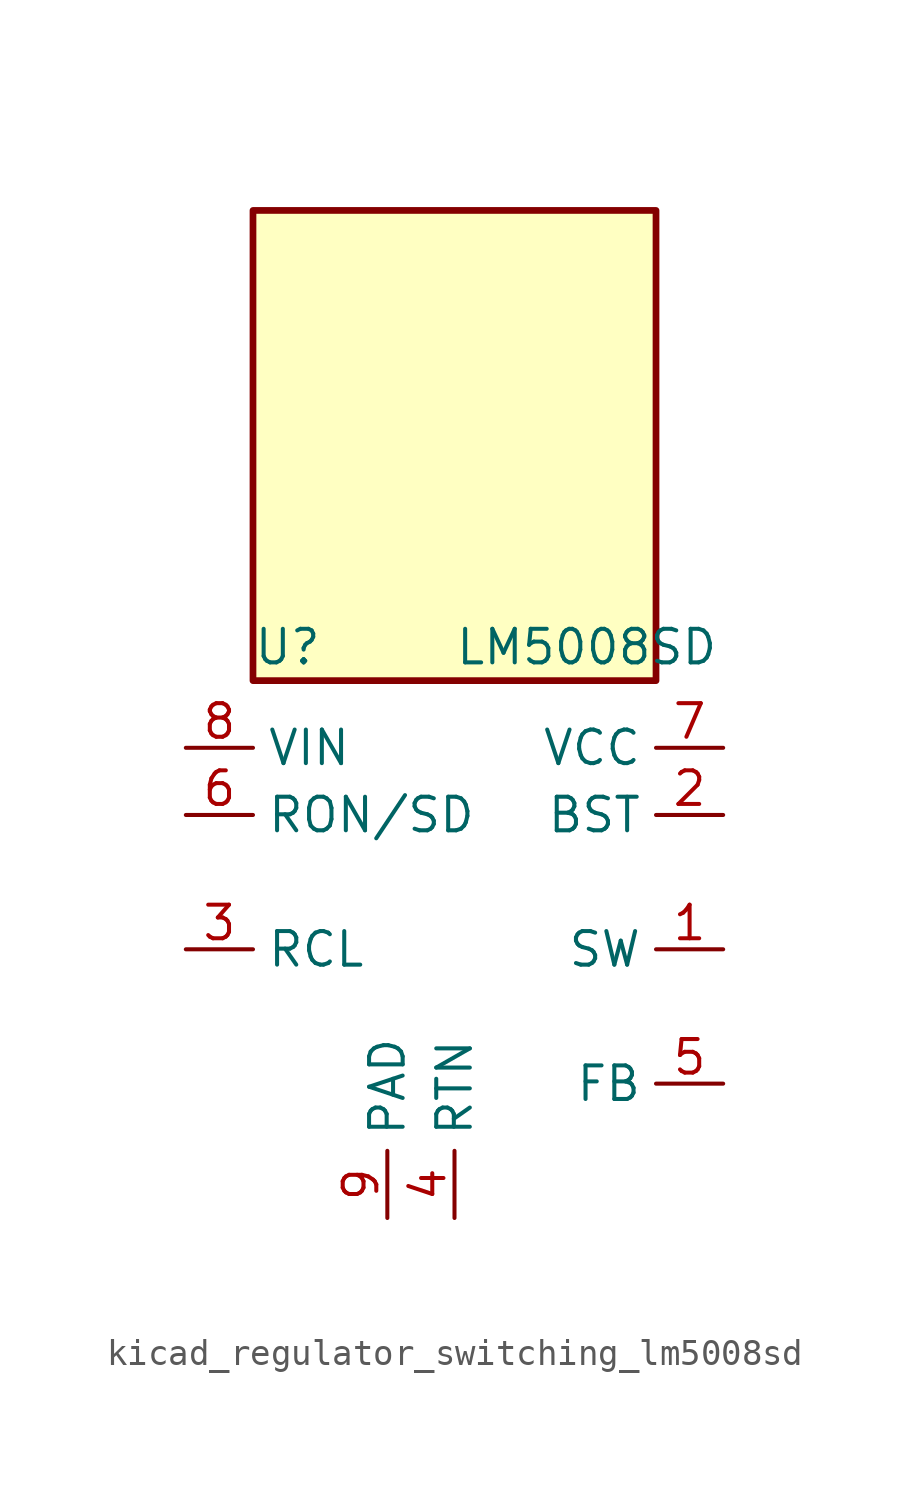
<source format=kicad_sym>
(kicad_symbol_lib
  (version 20220914)
  (generator kicad_symbol_editor)
  (symbol "kicad_regulator_switching_lm5008sd"
    (property "Reference" "U"
      (at -7.62 8.89 0)
      (effects (font (size 1.27 1.27)) (justify left)))
    (property "Value" "LM5008SD"
      (at 0 8.89 0)
      (effects (font (size 1.27 1.27)) (justify left)))
    (symbol "kicad_regulator_switching_lm5008sd_0_1"
      (rectangle (start 7.62 25.4) (end -7.62 7.62) (stroke (width 0.254) (type default)) (fill (type background))))
    (symbol "kicad_regulator_switching_lm5008sd_1_1"
      (pin output line (at 10.16 -2.54 180) (length 2.54) (name "SW" (effects (font (size 1.27 1.27)))) (number "1" (effects (font (size 1.27 1.27)))))
      (pin input line (at 10.16 2.54 180) (length 2.54) (name "BST" (effects (font (size 1.27 1.27)))) (number "2" (effects (font (size 1.27 1.27)))))
      (pin input line (at -10.16 -2.54 0) (length 2.54) (name "RCL" (effects (font (size 1.27 1.27)))) (number "3" (effects (font (size 1.27 1.27)))))
      (pin power_in line (at 0 -12.7 90) (length 2.54) (name "RTN" (effects (font (size 1.27 1.27)))) (number "4" (effects (font (size 1.27 1.27)))))
      (pin input line (at 10.16 -7.62 180) (length 2.54) (name "FB" (effects (font (size 1.27 1.27)))) (number "5" (effects (font (size 1.27 1.27)))))
      (pin input line (at -10.16 2.54 0) (length 2.54) (name "RON/SD" (effects (font (size 1.27 1.27)))) (number "6" (effects (font (size 1.27 1.27)))))
      (pin output line (at 10.16 5.08 180) (length 2.54) (name "VCC" (effects (font (size 1.27 1.27)))) (number "7" (effects (font (size 1.27 1.27)))))
      (pin power_in line (at -10.16 5.08 0) (length 2.54) (name "VIN" (effects (font (size 1.27 1.27)))) (number "8" (effects (font (size 1.27 1.27)))))
      (pin passive line (at -2.54 -12.7 90) (length 2.54) (name "PAD" (effects (font (size 1.27 1.27)))) (number "9" (effects (font (size 1.27 1.27))))))))
</source>
